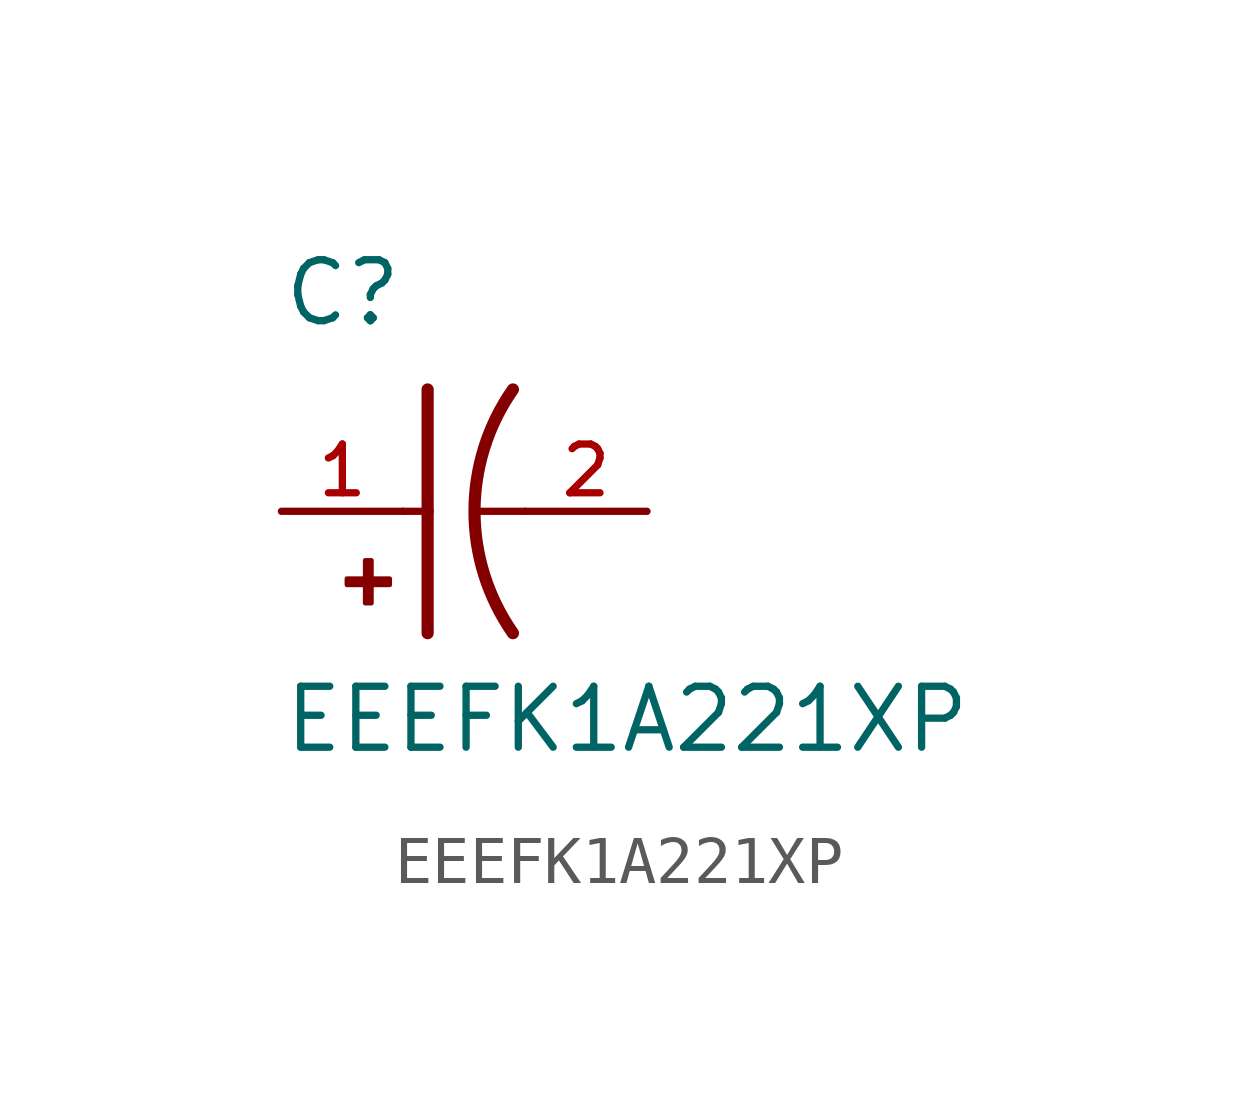
<source format=kicad_sym>
(kicad_symbol_lib
  (version 20211014)
  (generator kicad_symbol_editor)
  (symbol "EEEFK1A221XP"
    (pin_names
      (offset 1.016))
    (property "Reference" "C"
      (at -2.54 3.81 0)
      (effects (font (size 1.27 1.27)) (justify bottom left)))
    (property "Value" "EEEFK1A221XP"
      (at -2.54 -5.08 0)
      (effects (font (size 1.27 1.27)) (justify bottom left)))
    (symbol "EEEFK1A221XP_0_0"
      (arc (start 2.286 -2.54) (mid 1.4851 -0.0) (end 2.286 2.54) (stroke (width 0.254) (type default) (color 0 0 0 0)) (fill (type none)))
      (polyline (pts (xy 0.508 2.54) (xy 0.508 0.0)) (stroke (width 0.254)))
      (rectangle (start -1.173 -1.532) (end -0.284 -1.405) (stroke (width 0.1)) (fill (type outline)))
      (rectangle (start -0.792 -1.913) (end -0.665 -1.024) (stroke (width 0.1)) (fill (type outline)))
      (polyline (pts (xy 0.508 0.0) (xy 0.508 -2.54)) (stroke (width 0.254)))
      (polyline (pts (xy 0.0 0.0) (xy 0.508 0.0)) (stroke (width 0.152)))
      (polyline (pts (xy 2.54 0.0) (xy 1.524 0.0)) (stroke (width 0.152)))
      (pin passive line (at -2.54 0.0 0) (length 2.54) (name "~" (effects (font (size 1.016 1.016)))) (number "1" (effects (font (size 1.016 1.016)))))
      (pin passive line (at 5.08 0.0 180.0) (length 2.54) (name "~" (effects (font (size 1.016 1.016)))) (number "2" (effects (font (size 1.016 1.016))))))))
</source>
